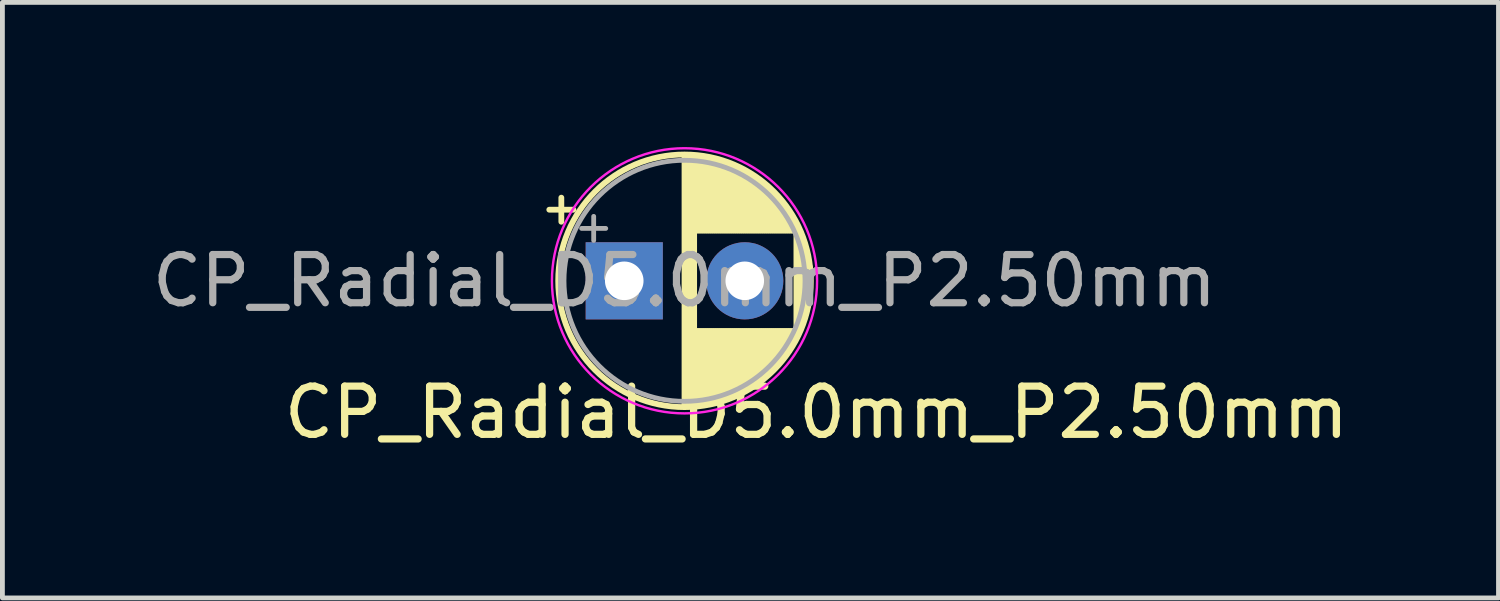
<source format=kicad_pcb>
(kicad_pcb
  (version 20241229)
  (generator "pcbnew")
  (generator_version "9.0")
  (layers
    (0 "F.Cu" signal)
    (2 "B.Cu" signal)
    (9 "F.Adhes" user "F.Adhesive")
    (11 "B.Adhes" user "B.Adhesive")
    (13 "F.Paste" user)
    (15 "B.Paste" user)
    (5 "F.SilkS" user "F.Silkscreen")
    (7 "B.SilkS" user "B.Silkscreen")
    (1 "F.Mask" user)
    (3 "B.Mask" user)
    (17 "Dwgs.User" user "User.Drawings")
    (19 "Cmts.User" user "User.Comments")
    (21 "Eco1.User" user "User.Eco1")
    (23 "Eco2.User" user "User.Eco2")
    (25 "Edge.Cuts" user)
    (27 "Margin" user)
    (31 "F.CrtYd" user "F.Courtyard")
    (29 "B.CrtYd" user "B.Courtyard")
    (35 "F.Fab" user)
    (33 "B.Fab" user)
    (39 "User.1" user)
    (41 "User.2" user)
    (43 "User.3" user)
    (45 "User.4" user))
  (footprint "CP_Radial_D5.0mm_P2.50mm"
    (layer "F.Cu")
    (at 9.899 2.775)
    (property "Reference" "CP_Radial_D5.0mm_P2.50mm" (at 3.986 2.73 0) (layer "F.SilkS") (effects (font (size 1 1) (thickness 0.15))))
    (attr through_hole)
    (fp_line (start -1.555 -1.475) (end -1.055 -1.475) (stroke (width 0.12) (type solid)) (layer "F.SilkS"))
    (fp_line (start -1.305 -1.725) (end -1.305 -1.225) (stroke (width 0.12) (type solid)) (layer "F.SilkS"))
    (fp_line (start 1.25 -2.58) (end 1.25 2.58) (stroke (width 0.12) (type solid)) (layer "F.SilkS"))
    (fp_line (start 1.29 -2.58) (end 1.29 2.58) (stroke (width 0.12) (type solid)) (layer "F.SilkS"))
    (fp_line (start 1.33 -2.579) (end 1.33 2.579) (stroke (width 0.12) (type solid)) (layer "F.SilkS"))
    (fp_line (start 1.37 -2.578) (end 1.37 2.578) (stroke (width 0.12) (type solid)) (layer "F.SilkS"))
    (fp_line (start 1.41 -2.576) (end 1.41 2.576) (stroke (width 0.12) (type solid)) (layer "F.SilkS"))
    (fp_line (start 1.45 -2.573) (end 1.45 2.573) (stroke (width 0.12) (type solid)) (layer "F.SilkS"))
    (fp_line (start 1.49 -2.569) (end 1.49 -1.04) (stroke (width 0.12) (type solid)) (layer "F.SilkS"))
    (fp_line (start 1.49 1.04) (end 1.49 2.569) (stroke (width 0.12) (type solid)) (layer "F.SilkS"))
    (fp_line (start 1.53 -2.565) (end 1.53 -1.04) (stroke (width 0.12) (type solid)) (layer "F.SilkS"))
    (fp_line (start 1.53 1.04) (end 1.53 2.565) (stroke (width 0.12) (type solid)) (layer "F.SilkS"))
    (fp_line (start 1.57 -2.561) (end 1.57 -1.04) (stroke (width 0.12) (type solid)) (layer "F.SilkS"))
    (fp_line (start 1.57 1.04) (end 1.57 2.561) (stroke (width 0.12) (type solid)) (layer "F.SilkS"))
    (fp_line (start 1.61 -2.556) (end 1.61 -1.04) (stroke (width 0.12) (type solid)) (layer "F.SilkS"))
    (fp_line (start 1.61 1.04) (end 1.61 2.556) (stroke (width 0.12) (type solid)) (layer "F.SilkS"))
    (fp_line (start 1.65 -2.55) (end 1.65 -1.04) (stroke (width 0.12) (type solid)) (layer "F.SilkS"))
    (fp_line (start 1.65 1.04) (end 1.65 2.55) (stroke (width 0.12) (type solid)) (layer "F.SilkS"))
    (fp_line (start 1.69 -2.543) (end 1.69 -1.04) (stroke (width 0.12) (type solid)) (layer "F.SilkS"))
    (fp_line (start 1.69 1.04) (end 1.69 2.543) (stroke (width 0.12) (type solid)) (layer "F.SilkS"))
    (fp_line (start 1.73 -2.536) (end 1.73 -1.04) (stroke (width 0.12) (type solid)) (layer "F.SilkS"))
    (fp_line (start 1.73 1.04) (end 1.73 2.536) (stroke (width 0.12) (type solid)) (layer "F.SilkS"))
    (fp_line (start 1.77 -2.528) (end 1.77 -1.04) (stroke (width 0.12) (type solid)) (layer "F.SilkS"))
    (fp_line (start 1.77 1.04) (end 1.77 2.528) (stroke (width 0.12) (type solid)) (layer "F.SilkS"))
    (fp_line (start 1.81 -2.52) (end 1.81 -1.04) (stroke (width 0.12) (type solid)) (layer "F.SilkS"))
    (fp_line (start 1.81 1.04) (end 1.81 2.52) (stroke (width 0.12) (type solid)) (layer "F.SilkS"))
    (fp_line (start 1.85 -2.511) (end 1.85 -1.04) (stroke (width 0.12) (type solid)) (layer "F.SilkS"))
    (fp_line (start 1.85 1.04) (end 1.85 2.511) (stroke (width 0.12) (type solid)) (layer "F.SilkS"))
    (fp_line (start 1.89 -2.501) (end 1.89 -1.04) (stroke (width 0.12) (type solid)) (layer "F.SilkS"))
    (fp_line (start 1.89 1.04) (end 1.89 2.501) (stroke (width 0.12) (type solid)) (layer "F.SilkS"))
    (fp_line (start 1.93 -2.491) (end 1.93 -1.04) (stroke (width 0.12) (type solid)) (layer "F.SilkS"))
    (fp_line (start 1.93 1.04) (end 1.93 2.491) (stroke (width 0.12) (type solid)) (layer "F.SilkS"))
    (fp_line (start 1.971 -2.48) (end 1.971 -1.04) (stroke (width 0.12) (type solid)) (layer "F.SilkS"))
    (fp_line (start 1.971 1.04) (end 1.971 2.48) (stroke (width 0.12) (type solid)) (layer "F.SilkS"))
    (fp_line (start 2.011 -2.468) (end 2.011 -1.04) (stroke (width 0.12) (type solid)) (layer "F.SilkS"))
    (fp_line (start 2.011 1.04) (end 2.011 2.468) (stroke (width 0.12) (type solid)) (layer "F.SilkS"))
    (fp_line (start 2.051 -2.455) (end 2.051 -1.04) (stroke (width 0.12) (type solid)) (layer "F.SilkS"))
    (fp_line (start 2.051 1.04) (end 2.051 2.455) (stroke (width 0.12) (type solid)) (layer "F.SilkS"))
    (fp_line (start 2.091 -2.442) (end 2.091 -1.04) (stroke (width 0.12) (type solid)) (layer "F.SilkS"))
    (fp_line (start 2.091 1.04) (end 2.091 2.442) (stroke (width 0.12) (type solid)) (layer "F.SilkS"))
    (fp_line (start 2.131 -2.428) (end 2.131 -1.04) (stroke (width 0.12) (type solid)) (layer "F.SilkS"))
    (fp_line (start 2.131 1.04) (end 2.131 2.428) (stroke (width 0.12) (type solid)) (layer "F.SilkS"))
    (fp_line (start 2.171 -2.414) (end 2.171 -1.04) (stroke (width 0.12) (type solid)) (layer "F.SilkS"))
    (fp_line (start 2.171 1.04) (end 2.171 2.414) (stroke (width 0.12) (type solid)) (layer "F.SilkS"))
    (fp_line (start 2.211 -2.398) (end 2.211 -1.04) (stroke (width 0.12) (type solid)) (layer "F.SilkS"))
    (fp_line (start 2.211 1.04) (end 2.211 2.398) (stroke (width 0.12) (type solid)) (layer "F.SilkS"))
    (fp_line (start 2.251 -2.382) (end 2.251 -1.04) (stroke (width 0.12) (type solid)) (layer "F.SilkS"))
    (fp_line (start 2.251 1.04) (end 2.251 2.382) (stroke (width 0.12) (type solid)) (layer "F.SilkS"))
    (fp_line (start 2.291 -2.365) (end 2.291 -1.04) (stroke (width 0.12) (type solid)) (layer "F.SilkS"))
    (fp_line (start 2.291 1.04) (end 2.291 2.365) (stroke (width 0.12) (type solid)) (layer "F.SilkS"))
    (fp_line (start 2.331 -2.348) (end 2.331 -1.04) (stroke (width 0.12) (type solid)) (layer "F.SilkS"))
    (fp_line (start 2.331 1.04) (end 2.331 2.348) (stroke (width 0.12) (type solid)) (layer "F.SilkS"))
    (fp_line (start 2.371 -2.329) (end 2.371 -1.04) (stroke (width 0.12) (type solid)) (layer "F.SilkS"))
    (fp_line (start 2.371 1.04) (end 2.371 2.329) (stroke (width 0.12) (type solid)) (layer "F.SilkS"))
    (fp_line (start 2.411 -2.31) (end 2.411 -1.04) (stroke (width 0.12) (type solid)) (layer "F.SilkS"))
    (fp_line (start 2.411 1.04) (end 2.411 2.31) (stroke (width 0.12) (type solid)) (layer "F.SilkS"))
    (fp_line (start 2.451 -2.29) (end 2.451 -1.04) (stroke (width 0.12) (type solid)) (layer "F.SilkS"))
    (fp_line (start 2.451 1.04) (end 2.451 2.29) (stroke (width 0.12) (type solid)) (layer "F.SilkS"))
    (fp_line (start 2.491 -2.268) (end 2.491 -1.04) (stroke (width 0.12) (type solid)) (layer "F.SilkS"))
    (fp_line (start 2.491 1.04) (end 2.491 2.268) (stroke (width 0.12) (type solid)) (layer "F.SilkS"))
    (fp_line (start 2.531 -2.247) (end 2.531 -1.04) (stroke (width 0.12) (type solid)) (layer "F.SilkS"))
    (fp_line (start 2.531 1.04) (end 2.531 2.247) (stroke (width 0.12) (type solid)) (layer "F.SilkS"))
    (fp_line (start 2.571 -2.224) (end 2.571 -1.04) (stroke (width 0.12) (type solid)) (layer "F.SilkS"))
    (fp_line (start 2.571 1.04) (end 2.571 2.224) (stroke (width 0.12) (type solid)) (layer "F.SilkS"))
    (fp_line (start 2.611 -2.2) (end 2.611 -1.04) (stroke (width 0.12) (type solid)) (layer "F.SilkS"))
    (fp_line (start 2.611 1.04) (end 2.611 2.2) (stroke (width 0.12) (type solid)) (layer "F.SilkS"))
    (fp_line (start 2.651 -2.175) (end 2.651 -1.04) (stroke (width 0.12) (type solid)) (layer "F.SilkS"))
    (fp_line (start 2.651 1.04) (end 2.651 2.175) (stroke (width 0.12) (type solid)) (layer "F.SilkS"))
    (fp_line (start 2.691 -2.149) (end 2.691 -1.04) (stroke (width 0.12) (type solid)) (layer "F.SilkS"))
    (fp_line (start 2.691 1.04) (end 2.691 2.149) (stroke (width 0.12) (type solid)) (layer "F.SilkS"))
    (fp_line (start 2.731 -2.122) (end 2.731 -1.04) (stroke (width 0.12) (type solid)) (layer "F.SilkS"))
    (fp_line (start 2.731 1.04) (end 2.731 2.122) (stroke (width 0.12) (type solid)) (layer "F.SilkS"))
    (fp_line (start 2.771 -2.095) (end 2.771 -1.04) (stroke (width 0.12) (type solid)) (layer "F.SilkS"))
    (fp_line (start 2.771 1.04) (end 2.771 2.095) (stroke (width 0.12) (type solid)) (layer "F.SilkS"))
    (fp_line (start 2.811 -2.065) (end 2.811 -1.04) (stroke (width 0.12) (type solid)) (layer "F.SilkS"))
    (fp_line (start 2.811 1.04) (end 2.811 2.065) (stroke (width 0.12) (type solid)) (layer "F.SilkS"))
    (fp_line (start 2.851 -2.035) (end 2.851 -1.04) (stroke (width 0.12) (type solid)) (layer "F.SilkS"))
    (fp_line (start 2.851 1.04) (end 2.851 2.035) (stroke (width 0.12) (type solid)) (layer "F.SilkS"))
    (fp_line (start 2.891 -2.004) (end 2.891 -1.04) (stroke (width 0.12) (type solid)) (layer "F.SilkS"))
    (fp_line (start 2.891 1.04) (end 2.891 2.004) (stroke (width 0.12) (type solid)) (layer "F.SilkS"))
    (fp_line (start 2.931 -1.971) (end 2.931 -1.04) (stroke (width 0.12) (type solid)) (layer "F.SilkS"))
    (fp_line (start 2.931 1.04) (end 2.931 1.971) (stroke (width 0.12) (type solid)) (layer "F.SilkS"))
    (fp_line (start 2.971 -1.937) (end 2.971 -1.04) (stroke (width 0.12) (type solid)) (layer "F.SilkS"))
    (fp_line (start 2.971 1.04) (end 2.971 1.937) (stroke (width 0.12) (type solid)) (layer "F.SilkS"))
    (fp_line (start 3.011 -1.901) (end 3.011 -1.04) (stroke (width 0.12) (type solid)) (layer "F.SilkS"))
    (fp_line (start 3.011 1.04) (end 3.011 1.901) (stroke (width 0.12) (type solid)) (layer "F.SilkS"))
    (fp_line (start 3.051 -1.864) (end 3.051 -1.04) (stroke (width 0.12) (type solid)) (layer "F.SilkS"))
    (fp_line (start 3.051 1.04) (end 3.051 1.864) (stroke (width 0.12) (type solid)) (layer "F.SilkS"))
    (fp_line (start 3.091 -1.826) (end 3.091 -1.04) (stroke (width 0.12) (type solid)) (layer "F.SilkS"))
    (fp_line (start 3.091 1.04) (end 3.091 1.826) (stroke (width 0.12) (type solid)) (layer "F.SilkS"))
    (fp_line (start 3.131 -1.785) (end 3.131 -1.04) (stroke (width 0.12) (type solid)) (layer "F.SilkS"))
    (fp_line (start 3.131 1.04) (end 3.131 1.785) (stroke (width 0.12) (type solid)) (layer "F.SilkS"))
    (fp_line (start 3.171 -1.743) (end 3.171 -1.04) (stroke (width 0.12) (type solid)) (layer "F.SilkS"))
    (fp_line (start 3.171 1.04) (end 3.171 1.743) (stroke (width 0.12) (type solid)) (layer "F.SilkS"))
    (fp_line (start 3.211 -1.699) (end 3.211 -1.04) (stroke (width 0.12) (type solid)) (layer "F.SilkS"))
    (fp_line (start 3.211 1.04) (end 3.211 1.699) (stroke (width 0.12) (type solid)) (layer "F.SilkS"))
    (fp_line (start 3.251 -1.653) (end 3.251 -1.04) (stroke (width 0.12) (type solid)) (layer "F.SilkS"))
    (fp_line (start 3.251 1.04) (end 3.251 1.653) (stroke (width 0.12) (type solid)) (layer "F.SilkS"))
    (fp_line (start 3.291 -1.605) (end 3.291 -1.04) (stroke (width 0.12) (type solid)) (layer "F.SilkS"))
    (fp_line (start 3.291 1.04) (end 3.291 1.605) (stroke (width 0.12) (type solid)) (layer "F.SilkS"))
    (fp_line (start 3.331 -1.554) (end 3.331 -1.04) (stroke (width 0.12) (type solid)) (layer "F.SilkS"))
    (fp_line (start 3.331 1.04) (end 3.331 1.554) (stroke (width 0.12) (type solid)) (layer "F.SilkS"))
    (fp_line (start 3.371 -1.5) (end 3.371 -1.04) (stroke (width 0.12) (type solid)) (layer "F.SilkS"))
    (fp_line (start 3.371 1.04) (end 3.371 1.5) (stroke (width 0.12) (type solid)) (layer "F.SilkS"))
    (fp_line (start 3.411 -1.443) (end 3.411 -1.04) (stroke (width 0.12) (type solid)) (layer "F.SilkS"))
    (fp_line (start 3.411 1.04) (end 3.411 1.443) (stroke (width 0.12) (type solid)) (layer "F.SilkS"))
    (fp_line (start 3.451 -1.383) (end 3.451 -1.04) (stroke (width 0.12) (type solid)) (layer "F.SilkS"))
    (fp_line (start 3.451 1.04) (end 3.451 1.383) (stroke (width 0.12) (type solid)) (layer "F.SilkS"))
    (fp_line (start 3.491 -1.319) (end 3.491 -1.04) (stroke (width 0.12) (type solid)) (layer "F.SilkS"))
    (fp_line (start 3.491 1.04) (end 3.491 1.319) (stroke (width 0.12) (type solid)) (layer "F.SilkS"))
    (fp_line (start 3.531 -1.251) (end 3.531 -1.04) (stroke (width 0.12) (type solid)) (layer "F.SilkS"))
    (fp_line (start 3.531 1.04) (end 3.531 1.251) (stroke (width 0.12) (type solid)) (layer "F.SilkS"))
    (fp_line (start 3.571 -1.178) (end 3.571 1.178) (stroke (width 0.12) (type solid)) (layer "F.SilkS"))
    (fp_line (start 3.611 -1.098) (end 3.611 1.098) (stroke (width 0.12) (type solid)) (layer "F.SilkS"))
    (fp_line (start 3.651 -1.011) (end 3.651 1.011) (stroke (width 0.12) (type solid)) (layer "F.SilkS"))
    (fp_line (start 3.691 -0.915) (end 3.691 0.915) (stroke (width 0.12) (type solid)) (layer "F.SilkS"))
    (fp_line (start 3.731 -0.805) (end 3.731 0.805) (stroke (width 0.12) (type solid)) (layer "F.SilkS"))
    (fp_line (start 3.771 -0.677) (end 3.771 0.677) (stroke (width 0.12) (type solid)) (layer "F.SilkS"))
    (fp_line (start 3.811 -0.518) (end 3.811 0.518) (stroke (width 0.12) (type solid)) (layer "F.SilkS"))
    (fp_line (start 3.851 -0.284) (end 3.851 0.284) (stroke (width 0.12) (type solid)) (layer "F.SilkS"))
    (fp_circle (center 1.25 0) (end 3.87 0) (stroke (width 0.12) (type solid)) (fill no) (layer "F.SilkS"))
    (fp_circle (center 1.25 0) (end 4 0) (stroke (width 0.05) (type solid)) (fill no) (layer "F.CrtYd"))
    (fp_line (start -0.884 -1.087) (end -0.384 -1.087) (stroke (width 0.1) (type solid)) (layer "F.Fab"))
    (fp_line (start -0.634 -1.337) (end -0.634 -0.838) (stroke (width 0.1) (type solid)) (layer "F.Fab"))
    (fp_circle (center 1.25 0) (end 3.75 0) (stroke (width 0.1) (type solid)) (fill no) (layer "F.Fab"))
    (fp_text user "${REFERENCE}" (at 1.25 0 0) (layer "F.Fab") (effects (font (size 1 1) (thickness 0.15))))
    (pad "1" thru_hole rect (at 0 0 180) (size 1.6 1.6) (drill 0.8) (layers "*.Cu" "*.Mask"))
    (pad "2" thru_hole circle (at 2.5 0 180) (size 1.6 1.6) (drill 0.8) (layers "*.Cu" "*.Mask")))
  (gr_rect
    (start -3 -3)
    (end 28.034 9.353)
    (stroke (width 0.1) (type default))
    (fill no)
    (layer "Edge.Cuts")))
</source>
